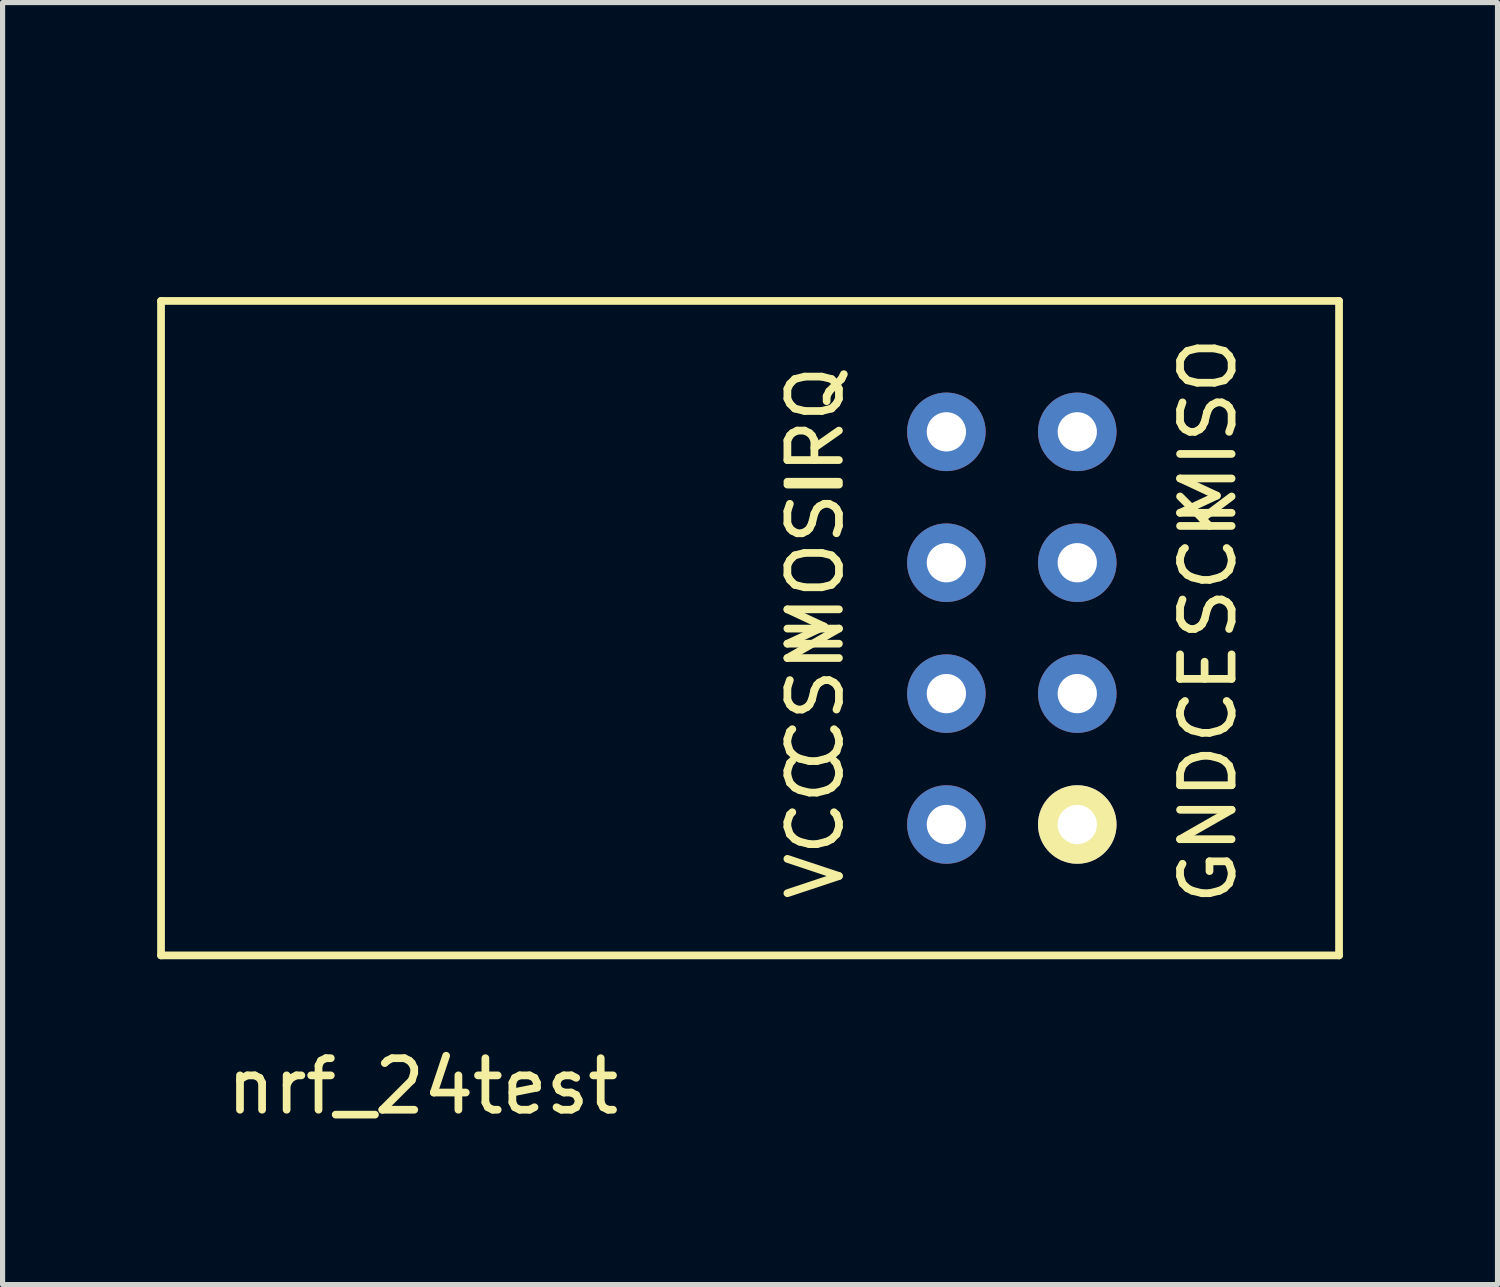
<source format=kicad_pcb>
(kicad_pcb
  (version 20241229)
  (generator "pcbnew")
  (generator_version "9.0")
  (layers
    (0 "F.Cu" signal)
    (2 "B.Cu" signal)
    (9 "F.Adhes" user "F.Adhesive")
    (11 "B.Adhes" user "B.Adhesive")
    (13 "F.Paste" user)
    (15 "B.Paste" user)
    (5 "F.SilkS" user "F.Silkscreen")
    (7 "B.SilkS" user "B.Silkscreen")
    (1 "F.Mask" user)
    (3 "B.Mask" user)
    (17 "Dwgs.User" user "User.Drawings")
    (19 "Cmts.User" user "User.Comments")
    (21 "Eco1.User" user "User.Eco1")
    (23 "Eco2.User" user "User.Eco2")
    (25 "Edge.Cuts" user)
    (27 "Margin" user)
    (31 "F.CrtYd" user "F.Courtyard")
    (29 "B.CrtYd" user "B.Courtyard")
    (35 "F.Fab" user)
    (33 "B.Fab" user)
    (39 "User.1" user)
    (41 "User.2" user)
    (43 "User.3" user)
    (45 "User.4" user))
  (footprint "nrf_24test"
    (layer "F.Cu")
    (at 5.155 0.25)
    (property "Reference" "nrf_24test" (at 0 17.78 0) (layer "F.SilkS") (effects (font (size 1 1) (thickness 0.15))))
    (attr through_hole)
    (fp_line (start -5.08 2.54) (end 17.78 2.54) (stroke (width 0.15) (type solid)) (layer "F.SilkS"))
    (fp_line (start -5.08 15.24) (end -5.08 2.54) (stroke (width 0.15) (type solid)) (layer "F.SilkS"))
    (fp_line (start 17.78 2.54) (end 17.78 15.24) (stroke (width 0.15) (type solid)) (layer "F.SilkS"))
    (fp_line (start 17.78 15.24) (end -5.08 15.24) (stroke (width 0.15) (type solid)) (layer "F.SilkS"))
    (fp_text user "VCC" (at 7.62 12.7 90) (layer "F.SilkS") (effects (font (size 1 1) (thickness 0.15))))
    (fp_text user "CE" (at 15.24 10.16 90) (layer "F.SilkS") (effects (font (size 1 1) (thickness 0.15))))
    (fp_text user "SCK" (at 15.24 7.62 90) (layer "F.SilkS") (effects (font (size 1 1) (thickness 0.15))))
    (fp_text user "GND" (at 15.24 12.7 90) (layer "F.SilkS") (effects (font (size 1 1) (thickness 0.15))))
    (fp_text user "CSN" (at 7.62 10.16 90) (layer "F.SilkS") (effects (font (size 1 1) (thickness 0.15))))
    (fp_text user "MOSI" (at 7.62 7.62 90) (layer "F.SilkS") (effects (font (size 1 1) (thickness 0.15))))
    (fp_text user "MISO" (at 15.24 5.08 90) (layer "F.SilkS") (effects (font (size 1 1) (thickness 0.15))))
    (fp_text user "IRQ" (at 7.62 5.08 90) (layer "F.SilkS") (effects (font (size 1 1) (thickness 0.15))))
    (pad "1" thru_hole circle (at 12.7 12.7) (size 1.524 1.524) (drill 0.762) (layers "*.Cu" "*.Mask" "F.SilkS"))
    (pad "2" thru_hole circle (at 12.7 10.16) (size 1.524 1.524) (drill 0.762) (layers "*.Cu" "*.Mask"))
    (pad "3" thru_hole circle (at 12.7 7.62) (size 1.524 1.524) (drill 0.762) (layers "*.Cu" "*.Mask"))
    (pad "4" thru_hole circle (at 12.7 5.08) (size 1.524 1.524) (drill 0.762) (layers "*.Cu" "*.Mask"))
    (pad "5" thru_hole circle (at 10.16 12.7) (size 1.524 1.524) (drill 0.762) (layers "*.Cu" "*.Mask"))
    (pad "6" thru_hole circle (at 10.16 10.16) (size 1.524 1.524) (drill 0.762) (layers "*.Cu" "*.Mask"))
    (pad "7" thru_hole circle (at 10.16 7.62) (size 1.524 1.524) (drill 0.762) (layers "*.Cu" "*.Mask"))
    (pad "8" thru_hole circle (at 10.16 5.08) (size 1.524 1.524) (drill 0.762) (layers "*.Cu" "*.Mask")))
  (gr_rect
    (start -3 -3)
    (end 26.01 21.878)
    (stroke (width 0.1) (type default))
    (fill no)
    (layer "Edge.Cuts")))
</source>
